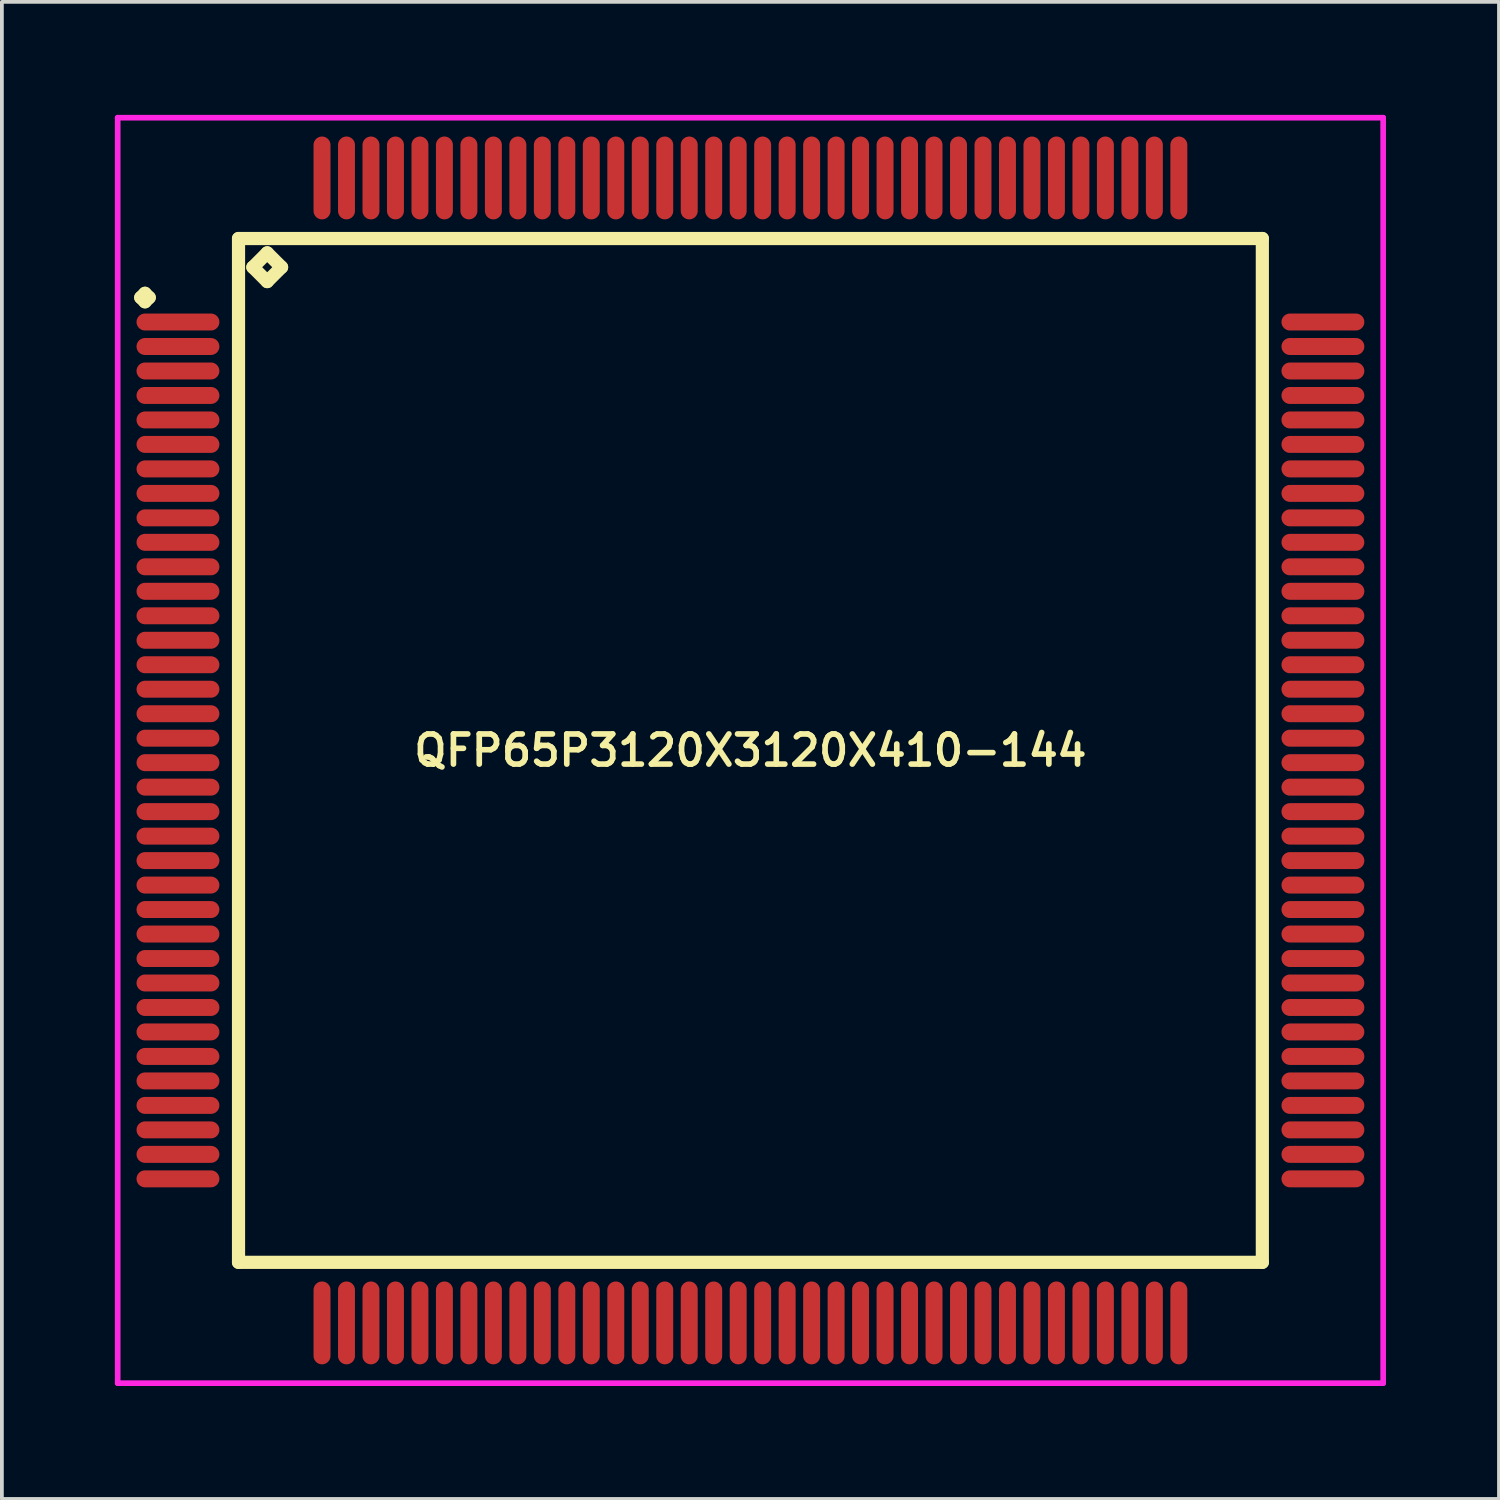
<source format=kicad_pcb>
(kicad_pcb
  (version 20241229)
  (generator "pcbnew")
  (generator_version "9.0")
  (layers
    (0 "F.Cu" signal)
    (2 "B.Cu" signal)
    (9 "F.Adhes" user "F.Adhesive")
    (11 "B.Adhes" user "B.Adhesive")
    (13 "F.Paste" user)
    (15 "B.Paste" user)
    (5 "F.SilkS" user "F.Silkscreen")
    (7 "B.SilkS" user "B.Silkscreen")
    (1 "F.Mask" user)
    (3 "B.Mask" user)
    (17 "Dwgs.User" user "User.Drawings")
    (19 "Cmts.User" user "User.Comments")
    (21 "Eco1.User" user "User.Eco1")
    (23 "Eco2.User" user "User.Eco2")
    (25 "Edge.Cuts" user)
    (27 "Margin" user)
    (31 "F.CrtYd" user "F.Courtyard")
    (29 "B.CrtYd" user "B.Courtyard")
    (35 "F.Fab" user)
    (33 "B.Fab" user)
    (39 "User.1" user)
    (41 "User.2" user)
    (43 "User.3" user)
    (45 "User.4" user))
  (footprint "QFP65P3120X3120X410-144"
    (layer "F.Cu")
    (at 16.875 16.875)
    (property "Reference" "QFP65P3120X3120X410-144" (at 0 0 0) (layer "F.SilkS") (effects (font (size 0.8 0.8) (thickness 0.15))))
    (attr through_hole)
    (fp_line (start -16.188 -12.025) (end -16.075 -12.137) (stroke (width 0.35) (type solid)) (layer "F.SilkS"))
    (fp_line (start -16.075 -12.137) (end -15.963 -12.025) (stroke (width 0.35) (type solid)) (layer "F.SilkS"))
    (fp_line (start -16.075 -11.912) (end -16.188 -12.025) (stroke (width 0.35) (type solid)) (layer "F.SilkS"))
    (fp_line (start -15.963 -12.025) (end -16.075 -11.912) (stroke (width 0.35) (type solid)) (layer "F.SilkS"))
    (fp_line (start -13.592 -13.592) (end -13.592 13.592) (stroke (width 0.35) (type solid)) (layer "F.SilkS"))
    (fp_line (start -13.592 13.592) (end 13.592 13.592) (stroke (width 0.35) (type solid)) (layer "F.SilkS"))
    (fp_line (start -13.211 -12.83) (end -12.83 -13.211) (stroke (width 0.35) (type solid)) (layer "F.SilkS"))
    (fp_line (start -12.83 -13.211) (end -12.449 -12.83) (stroke (width 0.35) (type solid)) (layer "F.SilkS"))
    (fp_line (start -12.83 -12.449) (end -13.211 -12.83) (stroke (width 0.35) (type solid)) (layer "F.SilkS"))
    (fp_line (start -12.449 -12.83) (end -12.83 -12.449) (stroke (width 0.35) (type solid)) (layer "F.SilkS"))
    (fp_line (start 13.592 -13.592) (end -13.592 -13.592) (stroke (width 0.35) (type solid)) (layer "F.SilkS"))
    (fp_line (start 13.592 13.592) (end 13.592 -13.592) (stroke (width 0.35) (type solid)) (layer "F.SilkS"))
    (fp_line (start -16.8 -16.8) (end 16.8 -16.8) (stroke (width 0.15) (type solid)) (layer "F.CrtYd"))
    (fp_line (start -16.8 16.8) (end -16.8 -16.8) (stroke (width 0.15) (type solid)) (layer "F.CrtYd"))
    (fp_line (start 16.8 -16.8) (end 16.8 16.8) (stroke (width 0.15) (type solid)) (layer "F.CrtYd"))
    (fp_line (start 16.8 16.8) (end -16.8 16.8) (stroke (width 0.15) (type solid)) (layer "F.CrtYd"))
    (pad "1" smd oval (at -15.2 -11.375) (size 2.2 0.45) (layers "F.Cu" "F.Mask" "F.Paste"))
    (pad "2" smd oval (at -15.2 -10.725) (size 2.2 0.45) (layers "F.Cu" "F.Mask" "F.Paste"))
    (pad "3" smd oval (at -15.2 -10.075) (size 2.2 0.45) (layers "F.Cu" "F.Mask" "F.Paste"))
    (pad "4" smd oval (at -15.2 -9.425) (size 2.2 0.45) (layers "F.Cu" "F.Mask" "F.Paste"))
    (pad "5" smd oval (at -15.2 -8.775) (size 2.2 0.45) (layers "F.Cu" "F.Mask" "F.Paste"))
    (pad "6" smd oval (at -15.2 -8.125) (size 2.2 0.45) (layers "F.Cu" "F.Mask" "F.Paste"))
    (pad "7" smd oval (at -15.2 -7.475) (size 2.2 0.45) (layers "F.Cu" "F.Mask" "F.Paste"))
    (pad "8" smd oval (at -15.2 -6.825) (size 2.2 0.45) (layers "F.Cu" "F.Mask" "F.Paste"))
    (pad "9" smd oval (at -15.2 -6.175) (size 2.2 0.45) (layers "F.Cu" "F.Mask" "F.Paste"))
    (pad "10" smd oval (at -15.2 -5.525) (size 2.2 0.45) (layers "F.Cu" "F.Mask" "F.Paste"))
    (pad "11" smd oval (at -15.2 -4.875) (size 2.2 0.45) (layers "F.Cu" "F.Mask" "F.Paste"))
    (pad "12" smd oval (at -15.2 -4.225) (size 2.2 0.45) (layers "F.Cu" "F.Mask" "F.Paste"))
    (pad "13" smd oval (at -15.2 -3.575) (size 2.2 0.45) (layers "F.Cu" "F.Mask" "F.Paste"))
    (pad "14" smd oval (at -15.2 -2.925) (size 2.2 0.45) (layers "F.Cu" "F.Mask" "F.Paste"))
    (pad "15" smd oval (at -15.2 -2.275) (size 2.2 0.45) (layers "F.Cu" "F.Mask" "F.Paste"))
    (pad "16" smd oval (at -15.2 -1.625) (size 2.2 0.45) (layers "F.Cu" "F.Mask" "F.Paste"))
    (pad "17" smd oval (at -15.2 -0.975) (size 2.2 0.45) (layers "F.Cu" "F.Mask" "F.Paste"))
    (pad "18" smd oval (at -15.2 -0.325) (size 2.2 0.45) (layers "F.Cu" "F.Mask" "F.Paste"))
    (pad "19" smd oval (at -15.2 0.325) (size 2.2 0.45) (layers "F.Cu" "F.Mask" "F.Paste"))
    (pad "20" smd oval (at -15.2 0.975) (size 2.2 0.45) (layers "F.Cu" "F.Mask" "F.Paste"))
    (pad "21" smd oval (at -15.2 1.625) (size 2.2 0.45) (layers "F.Cu" "F.Mask" "F.Paste"))
    (pad "22" smd oval (at -15.2 2.275) (size 2.2 0.45) (layers "F.Cu" "F.Mask" "F.Paste"))
    (pad "23" smd oval (at -15.2 2.925) (size 2.2 0.45) (layers "F.Cu" "F.Mask" "F.Paste"))
    (pad "24" smd oval (at -15.2 3.575) (size 2.2 0.45) (layers "F.Cu" "F.Mask" "F.Paste"))
    (pad "25" smd oval (at -15.2 4.225) (size 2.2 0.45) (layers "F.Cu" "F.Mask" "F.Paste"))
    (pad "26" smd oval (at -15.2 4.875) (size 2.2 0.45) (layers "F.Cu" "F.Mask" "F.Paste"))
    (pad "27" smd oval (at -15.2 5.525) (size 2.2 0.45) (layers "F.Cu" "F.Mask" "F.Paste"))
    (pad "28" smd oval (at -15.2 6.175) (size 2.2 0.45) (layers "F.Cu" "F.Mask" "F.Paste"))
    (pad "29" smd oval (at -15.2 6.825) (size 2.2 0.45) (layers "F.Cu" "F.Mask" "F.Paste"))
    (pad "30" smd oval (at -15.2 7.475) (size 2.2 0.45) (layers "F.Cu" "F.Mask" "F.Paste"))
    (pad "31" smd oval (at -15.2 8.125) (size 2.2 0.45) (layers "F.Cu" "F.Mask" "F.Paste"))
    (pad "32" smd oval (at -15.2 8.775) (size 2.2 0.45) (layers "F.Cu" "F.Mask" "F.Paste"))
    (pad "33" smd oval (at -15.2 9.425) (size 2.2 0.45) (layers "F.Cu" "F.Mask" "F.Paste"))
    (pad "34" smd oval (at -15.2 10.075) (size 2.2 0.45) (layers "F.Cu" "F.Mask" "F.Paste"))
    (pad "35" smd oval (at -15.2 10.725) (size 2.2 0.45) (layers "F.Cu" "F.Mask" "F.Paste"))
    (pad "36" smd oval (at -15.2 11.375) (size 2.2 0.45) (layers "F.Cu" "F.Mask" "F.Paste"))
    (pad "37" smd oval (at -11.375 15.2) (size 0.45 2.2) (layers "F.Cu" "F.Mask" "F.Paste"))
    (pad "38" smd oval (at -10.725 15.2) (size 0.45 2.2) (layers "F.Cu" "F.Mask" "F.Paste"))
    (pad "39" smd oval (at -10.075 15.2) (size 0.45 2.2) (layers "F.Cu" "F.Mask" "F.Paste"))
    (pad "40" smd oval (at -9.425 15.2) (size 0.45 2.2) (layers "F.Cu" "F.Mask" "F.Paste"))
    (pad "41" smd oval (at -8.775 15.2) (size 0.45 2.2) (layers "F.Cu" "F.Mask" "F.Paste"))
    (pad "42" smd oval (at -8.125 15.2) (size 0.45 2.2) (layers "F.Cu" "F.Mask" "F.Paste"))
    (pad "43" smd oval (at -7.475 15.2) (size 0.45 2.2) (layers "F.Cu" "F.Mask" "F.Paste"))
    (pad "44" smd oval (at -6.825 15.2) (size 0.45 2.2) (layers "F.Cu" "F.Mask" "F.Paste"))
    (pad "45" smd oval (at -6.175 15.2) (size 0.45 2.2) (layers "F.Cu" "F.Mask" "F.Paste"))
    (pad "46" smd oval (at -5.525 15.2) (size 0.45 2.2) (layers "F.Cu" "F.Mask" "F.Paste"))
    (pad "47" smd oval (at -4.875 15.2) (size 0.45 2.2) (layers "F.Cu" "F.Mask" "F.Paste"))
    (pad "48" smd oval (at -4.225 15.2) (size 0.45 2.2) (layers "F.Cu" "F.Mask" "F.Paste"))
    (pad "49" smd oval (at -3.575 15.2) (size 0.45 2.2) (layers "F.Cu" "F.Mask" "F.Paste"))
    (pad "50" smd oval (at -2.925 15.2) (size 0.45 2.2) (layers "F.Cu" "F.Mask" "F.Paste"))
    (pad "51" smd oval (at -2.275 15.2) (size 0.45 2.2) (layers "F.Cu" "F.Mask" "F.Paste"))
    (pad "52" smd oval (at -1.625 15.2) (size 0.45 2.2) (layers "F.Cu" "F.Mask" "F.Paste"))
    (pad "53" smd oval (at -0.975 15.2) (size 0.45 2.2) (layers "F.Cu" "F.Mask" "F.Paste"))
    (pad "54" smd oval (at -0.325 15.2) (size 0.45 2.2) (layers "F.Cu" "F.Mask" "F.Paste"))
    (pad "55" smd oval (at 0.325 15.2) (size 0.45 2.2) (layers "F.Cu" "F.Mask" "F.Paste"))
    (pad "56" smd oval (at 0.975 15.2) (size 0.45 2.2) (layers "F.Cu" "F.Mask" "F.Paste"))
    (pad "57" smd oval (at 1.625 15.2) (size 0.45 2.2) (layers "F.Cu" "F.Mask" "F.Paste"))
    (pad "58" smd oval (at 2.275 15.2) (size 0.45 2.2) (layers "F.Cu" "F.Mask" "F.Paste"))
    (pad "59" smd oval (at 2.925 15.2) (size 0.45 2.2) (layers "F.Cu" "F.Mask" "F.Paste"))
    (pad "60" smd oval (at 3.575 15.2) (size 0.45 2.2) (layers "F.Cu" "F.Mask" "F.Paste"))
    (pad "61" smd oval (at 4.225 15.2) (size 0.45 2.2) (layers "F.Cu" "F.Mask" "F.Paste"))
    (pad "62" smd oval (at 4.875 15.2) (size 0.45 2.2) (layers "F.Cu" "F.Mask" "F.Paste"))
    (pad "63" smd oval (at 5.525 15.2) (size 0.45 2.2) (layers "F.Cu" "F.Mask" "F.Paste"))
    (pad "64" smd oval (at 6.175 15.2) (size 0.45 2.2) (layers "F.Cu" "F.Mask" "F.Paste"))
    (pad "65" smd oval (at 6.825 15.2) (size 0.45 2.2) (layers "F.Cu" "F.Mask" "F.Paste"))
    (pad "66" smd oval (at 7.475 15.2) (size 0.45 2.2) (layers "F.Cu" "F.Mask" "F.Paste"))
    (pad "67" smd oval (at 8.125 15.2) (size 0.45 2.2) (layers "F.Cu" "F.Mask" "F.Paste"))
    (pad "68" smd oval (at 8.775 15.2) (size 0.45 2.2) (layers "F.Cu" "F.Mask" "F.Paste"))
    (pad "69" smd oval (at 9.425 15.2) (size 0.45 2.2) (layers "F.Cu" "F.Mask" "F.Paste"))
    (pad "70" smd oval (at 10.075 15.2) (size 0.45 2.2) (layers "F.Cu" "F.Mask" "F.Paste"))
    (pad "71" smd oval (at 10.725 15.2) (size 0.45 2.2) (layers "F.Cu" "F.Mask" "F.Paste"))
    (pad "72" smd oval (at 11.375 15.2) (size 0.45 2.2) (layers "F.Cu" "F.Mask" "F.Paste"))
    (pad "73" smd oval (at 15.2 11.375) (size 2.2 0.45) (layers "F.Cu" "F.Mask" "F.Paste"))
    (pad "74" smd oval (at 15.2 10.725) (size 2.2 0.45) (layers "F.Cu" "F.Mask" "F.Paste"))
    (pad "75" smd oval (at 15.2 10.075) (size 2.2 0.45) (layers "F.Cu" "F.Mask" "F.Paste"))
    (pad "76" smd oval (at 15.2 9.425) (size 2.2 0.45) (layers "F.Cu" "F.Mask" "F.Paste"))
    (pad "77" smd oval (at 15.2 8.775) (size 2.2 0.45) (layers "F.Cu" "F.Mask" "F.Paste"))
    (pad "78" smd oval (at 15.2 8.125) (size 2.2 0.45) (layers "F.Cu" "F.Mask" "F.Paste"))
    (pad "79" smd oval (at 15.2 7.475) (size 2.2 0.45) (layers "F.Cu" "F.Mask" "F.Paste"))
    (pad "80" smd oval (at 15.2 6.825) (size 2.2 0.45) (layers "F.Cu" "F.Mask" "F.Paste"))
    (pad "81" smd oval (at 15.2 6.175) (size 2.2 0.45) (layers "F.Cu" "F.Mask" "F.Paste"))
    (pad "82" smd oval (at 15.2 5.525) (size 2.2 0.45) (layers "F.Cu" "F.Mask" "F.Paste"))
    (pad "83" smd oval (at 15.2 4.875) (size 2.2 0.45) (layers "F.Cu" "F.Mask" "F.Paste"))
    (pad "84" smd oval (at 15.2 4.225) (size 2.2 0.45) (layers "F.Cu" "F.Mask" "F.Paste"))
    (pad "85" smd oval (at 15.2 3.575) (size 2.2 0.45) (layers "F.Cu" "F.Mask" "F.Paste"))
    (pad "86" smd oval (at 15.2 2.925) (size 2.2 0.45) (layers "F.Cu" "F.Mask" "F.Paste"))
    (pad "87" smd oval (at 15.2 2.275) (size 2.2 0.45) (layers "F.Cu" "F.Mask" "F.Paste"))
    (pad "88" smd oval (at 15.2 1.625) (size 2.2 0.45) (layers "F.Cu" "F.Mask" "F.Paste"))
    (pad "89" smd oval (at 15.2 0.975) (size 2.2 0.45) (layers "F.Cu" "F.Mask" "F.Paste"))
    (pad "90" smd oval (at 15.2 0.325) (size 2.2 0.45) (layers "F.Cu" "F.Mask" "F.Paste"))
    (pad "91" smd oval (at 15.2 -0.325) (size 2.2 0.45) (layers "F.Cu" "F.Mask" "F.Paste"))
    (pad "92" smd oval (at 15.2 -0.975) (size 2.2 0.45) (layers "F.Cu" "F.Mask" "F.Paste"))
    (pad "93" smd oval (at 15.2 -1.625) (size 2.2 0.45) (layers "F.Cu" "F.Mask" "F.Paste"))
    (pad "94" smd oval (at 15.2 -2.275) (size 2.2 0.45) (layers "F.Cu" "F.Mask" "F.Paste"))
    (pad "95" smd oval (at 15.2 -2.925) (size 2.2 0.45) (layers "F.Cu" "F.Mask" "F.Paste"))
    (pad "96" smd oval (at 15.2 -3.575) (size 2.2 0.45) (layers "F.Cu" "F.Mask" "F.Paste"))
    (pad "97" smd oval (at 15.2 -4.225) (size 2.2 0.45) (layers "F.Cu" "F.Mask" "F.Paste"))
    (pad "98" smd oval (at 15.2 -4.875) (size 2.2 0.45) (layers "F.Cu" "F.Mask" "F.Paste"))
    (pad "99" smd oval (at 15.2 -5.525) (size 2.2 0.45) (layers "F.Cu" "F.Mask" "F.Paste"))
    (pad "100" smd oval (at 15.2 -6.175) (size 2.2 0.45) (layers "F.Cu" "F.Mask" "F.Paste"))
    (pad "101" smd oval (at 15.2 -6.825) (size 2.2 0.45) (layers "F.Cu" "F.Mask" "F.Paste"))
    (pad "102" smd oval (at 15.2 -7.475) (size 2.2 0.45) (layers "F.Cu" "F.Mask" "F.Paste"))
    (pad "103" smd oval (at 15.2 -8.125) (size 2.2 0.45) (layers "F.Cu" "F.Mask" "F.Paste"))
    (pad "104" smd oval (at 15.2 -8.775) (size 2.2 0.45) (layers "F.Cu" "F.Mask" "F.Paste"))
    (pad "105" smd oval (at 15.2 -9.425) (size 2.2 0.45) (layers "F.Cu" "F.Mask" "F.Paste"))
    (pad "106" smd oval (at 15.2 -10.075) (size 2.2 0.45) (layers "F.Cu" "F.Mask" "F.Paste"))
    (pad "107" smd oval (at 15.2 -10.725) (size 2.2 0.45) (layers "F.Cu" "F.Mask" "F.Paste"))
    (pad "108" smd oval (at 15.2 -11.375) (size 2.2 0.45) (layers "F.Cu" "F.Mask" "F.Paste"))
    (pad "109" smd oval (at 11.375 -15.2) (size 0.45 2.2) (layers "F.Cu" "F.Mask" "F.Paste"))
    (pad "110" smd oval (at 10.725 -15.2) (size 0.45 2.2) (layers "F.Cu" "F.Mask" "F.Paste"))
    (pad "111" smd oval (at 10.075 -15.2) (size 0.45 2.2) (layers "F.Cu" "F.Mask" "F.Paste"))
    (pad "112" smd oval (at 9.425 -15.2) (size 0.45 2.2) (layers "F.Cu" "F.Mask" "F.Paste"))
    (pad "113" smd oval (at 8.775 -15.2) (size 0.45 2.2) (layers "F.Cu" "F.Mask" "F.Paste"))
    (pad "114" smd oval (at 8.125 -15.2) (size 0.45 2.2) (layers "F.Cu" "F.Mask" "F.Paste"))
    (pad "115" smd oval (at 7.475 -15.2) (size 0.45 2.2) (layers "F.Cu" "F.Mask" "F.Paste"))
    (pad "116" smd oval (at 6.825 -15.2) (size 0.45 2.2) (layers "F.Cu" "F.Mask" "F.Paste"))
    (pad "117" smd oval (at 6.175 -15.2) (size 0.45 2.2) (layers "F.Cu" "F.Mask" "F.Paste"))
    (pad "118" smd oval (at 5.525 -15.2) (size 0.45 2.2) (layers "F.Cu" "F.Mask" "F.Paste"))
    (pad "119" smd oval (at 4.875 -15.2) (size 0.45 2.2) (layers "F.Cu" "F.Mask" "F.Paste"))
    (pad "120" smd oval (at 4.225 -15.2) (size 0.45 2.2) (layers "F.Cu" "F.Mask" "F.Paste"))
    (pad "121" smd oval (at 3.575 -15.2) (size 0.45 2.2) (layers "F.Cu" "F.Mask" "F.Paste"))
    (pad "122" smd oval (at 2.925 -15.2) (size 0.45 2.2) (layers "F.Cu" "F.Mask" "F.Paste"))
    (pad "123" smd oval (at 2.275 -15.2) (size 0.45 2.2) (layers "F.Cu" "F.Mask" "F.Paste"))
    (pad "124" smd oval (at 1.625 -15.2) (size 0.45 2.2) (layers "F.Cu" "F.Mask" "F.Paste"))
    (pad "125" smd oval (at 0.975 -15.2) (size 0.45 2.2) (layers "F.Cu" "F.Mask" "F.Paste"))
    (pad "126" smd oval (at 0.325 -15.2) (size 0.45 2.2) (layers "F.Cu" "F.Mask" "F.Paste"))
    (pad "127" smd oval (at -0.325 -15.2) (size 0.45 2.2) (layers "F.Cu" "F.Mask" "F.Paste"))
    (pad "128" smd oval (at -0.975 -15.2) (size 0.45 2.2) (layers "F.Cu" "F.Mask" "F.Paste"))
    (pad "129" smd oval (at -1.625 -15.2) (size 0.45 2.2) (layers "F.Cu" "F.Mask" "F.Paste"))
    (pad "130" smd oval (at -2.275 -15.2) (size 0.45 2.2) (layers "F.Cu" "F.Mask" "F.Paste"))
    (pad "131" smd oval (at -2.925 -15.2) (size 0.45 2.2) (layers "F.Cu" "F.Mask" "F.Paste"))
    (pad "132" smd oval (at -3.575 -15.2) (size 0.45 2.2) (layers "F.Cu" "F.Mask" "F.Paste"))
    (pad "133" smd oval (at -4.225 -15.2) (size 0.45 2.2) (layers "F.Cu" "F.Mask" "F.Paste"))
    (pad "134" smd oval (at -4.875 -15.2) (size 0.45 2.2) (layers "F.Cu" "F.Mask" "F.Paste"))
    (pad "135" smd oval (at -5.525 -15.2) (size 0.45 2.2) (layers "F.Cu" "F.Mask" "F.Paste"))
    (pad "136" smd oval (at -6.175 -15.2) (size 0.45 2.2) (layers "F.Cu" "F.Mask" "F.Paste"))
    (pad "137" smd oval (at -6.825 -15.2) (size 0.45 2.2) (layers "F.Cu" "F.Mask" "F.Paste"))
    (pad "138" smd oval (at -7.475 -15.2) (size 0.45 2.2) (layers "F.Cu" "F.Mask" "F.Paste"))
    (pad "139" smd oval (at -8.125 -15.2) (size 0.45 2.2) (layers "F.Cu" "F.Mask" "F.Paste"))
    (pad "140" smd oval (at -8.775 -15.2) (size 0.45 2.2) (layers "F.Cu" "F.Mask" "F.Paste"))
    (pad "141" smd oval (at -9.425 -15.2) (size 0.45 2.2) (layers "F.Cu" "F.Mask" "F.Paste"))
    (pad "142" smd oval (at -10.075 -15.2) (size 0.45 2.2) (layers "F.Cu" "F.Mask" "F.Paste"))
    (pad "143" smd oval (at -10.725 -15.2) (size 0.45 2.2) (layers "F.Cu" "F.Mask" "F.Paste"))
    (pad "144" smd oval (at -11.375 -15.2) (size 0.45 2.2) (layers "F.Cu" "F.Mask" "F.Paste")))
  (gr_rect
    (start -3 -3)
    (end 36.75 36.75)
    (stroke (width 0.1) (type default))
    (fill no)
    (layer "Edge.Cuts")))
</source>
